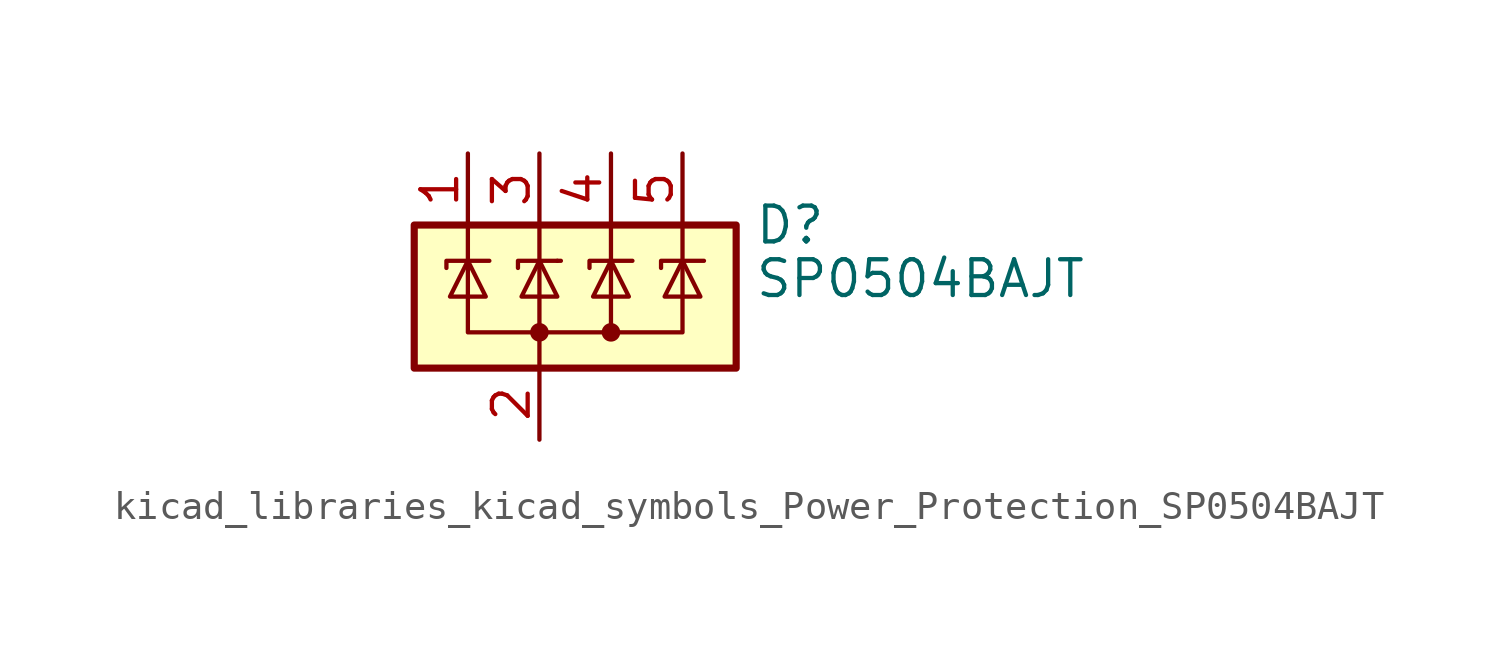
<source format=kicad_sym>
(kicad_symbol_lib
  (version 20220914)
  (generator kicad_symbol_editor)
  (symbol "kicad_libraries_kicad_symbols_Power_Protection_SP0504BAJT"
    (pin_names hide)
    (property "Reference" "D"
      (at 7.62 2.54 0)
      (effects (font (size 1.27 1.27)) (justify left)))
    (property "Value" "SP0504BAJT"
      (at 7.62 0.635 0)
      (effects (font (size 1.27 1.27)) (justify left)))
    (symbol "kicad_libraries_kicad_symbols_Power_Protection_SP0504BAJT_0_0"
      (pin passive line (at 0 -5.08 90) (length 2.54) (name "A" (effects (font (size 1.27 1.27)))) (number "2" (effects (font (size 1.27 1.27))))))
    (symbol "kicad_libraries_kicad_symbols_Power_Protection_SP0504BAJT_0_1"
      (rectangle (start -4.445 2.54) (end 6.985 -2.54) (stroke (width 0.254) (type default)) (fill (type background)))
      (circle (center 0 -1.27) (radius 0.254) (stroke (width 0) (type default)) (fill (type outline)))
      (polyline (pts (xy -2.54 2.54) (xy -2.54 1.27)) (stroke (width 0) (type default)) (fill (type none)))
      (polyline (pts (xy 0 -1.27) (xy 0 -2.54)) (stroke (width 0) (type default)) (fill (type none)))
      (polyline (pts (xy 0 -1.27) (xy 0 1.27)) (stroke (width 0) (type default)) (fill (type none)))
      (polyline (pts (xy 0 2.54) (xy 0 1.27)) (stroke (width 0) (type default)) (fill (type none)))
      (polyline (pts (xy 0.635 1.27) (xy 0.762 1.27)) (stroke (width 0) (type default)) (fill (type none)))
      (polyline (pts (xy 2.54 2.54) (xy 2.54 1.27)) (stroke (width 0) (type default)) (fill (type none)))
      (polyline (pts (xy 5.08 2.54) (xy 5.08 1.27)) (stroke (width 0) (type default)) (fill (type none)))
      (polyline (pts (xy 0.635 1.27) (xy -0.762 1.27) (xy -0.762 1.016)) (stroke (width 0) (type default)) (fill (type none)))
      (polyline (pts (xy 5.08 1.27) (xy 5.08 -1.27) (xy 2.54 -1.27)) (stroke (width 0) (type default)) (fill (type none)))
      (polyline (pts (xy -3.302 1.016) (xy -3.302 1.27) (xy -1.905 1.27) (xy -1.778 1.27)) (stroke (width 0) (type default)) (fill (type none)))
      (polyline (pts (xy -2.54 1.27) (xy -2.54 -1.27) (xy 2.54 -1.27) (xy 2.54 1.27)) (stroke (width 0) (type default)) (fill (type none)))
      (polyline (pts (xy -2.54 1.27) (xy -1.905 0) (xy -3.175 0) (xy -2.54 1.27)) (stroke (width 0) (type default)) (fill (type none)))
      (polyline (pts (xy 0.635 0) (xy -0.635 0) (xy 0 1.27) (xy 0.635 0)) (stroke (width 0) (type default)) (fill (type none)))
      (polyline (pts (xy 1.778 1.016) (xy 1.778 1.27) (xy 3.175 1.27) (xy 3.302 1.27)) (stroke (width 0) (type default)) (fill (type none)))
      (polyline (pts (xy 2.54 1.27) (xy 1.905 0) (xy 3.175 0) (xy 2.54 1.27)) (stroke (width 0) (type default)) (fill (type none)))
      (polyline (pts (xy 4.318 1.016) (xy 4.318 1.27) (xy 5.715 1.27) (xy 5.842 1.27)) (stroke (width 0) (type default)) (fill (type none)))
      (polyline (pts (xy 5.08 1.27) (xy 4.445 0) (xy 5.715 0) (xy 5.08 1.27)) (stroke (width 0) (type default)) (fill (type none)))
      (circle (center 2.54 -1.27) (radius 0.254) (stroke (width 0) (type default)) (fill (type outline))))
    (symbol "kicad_libraries_kicad_symbols_Power_Protection_SP0504BAJT_1_1"
      (pin passive line (at -2.54 5.08 270) (length 2.54) (name "K" (effects (font (size 1.27 1.27)))) (number "1" (effects (font (size 1.27 1.27)))))
      (pin passive line (at 0 5.08 270) (length 2.54) (name "K" (effects (font (size 1.27 1.27)))) (number "3" (effects (font (size 1.27 1.27)))))
      (pin passive line (at 2.54 5.08 270) (length 2.54) (name "K" (effects (font (size 1.27 1.27)))) (number "4" (effects (font (size 1.27 1.27)))))
      (pin passive line (at 5.08 5.08 270) (length 2.54) (name "K" (effects (font (size 1.27 1.27)))) (number "5" (effects (font (size 1.27 1.27))))))))
</source>
